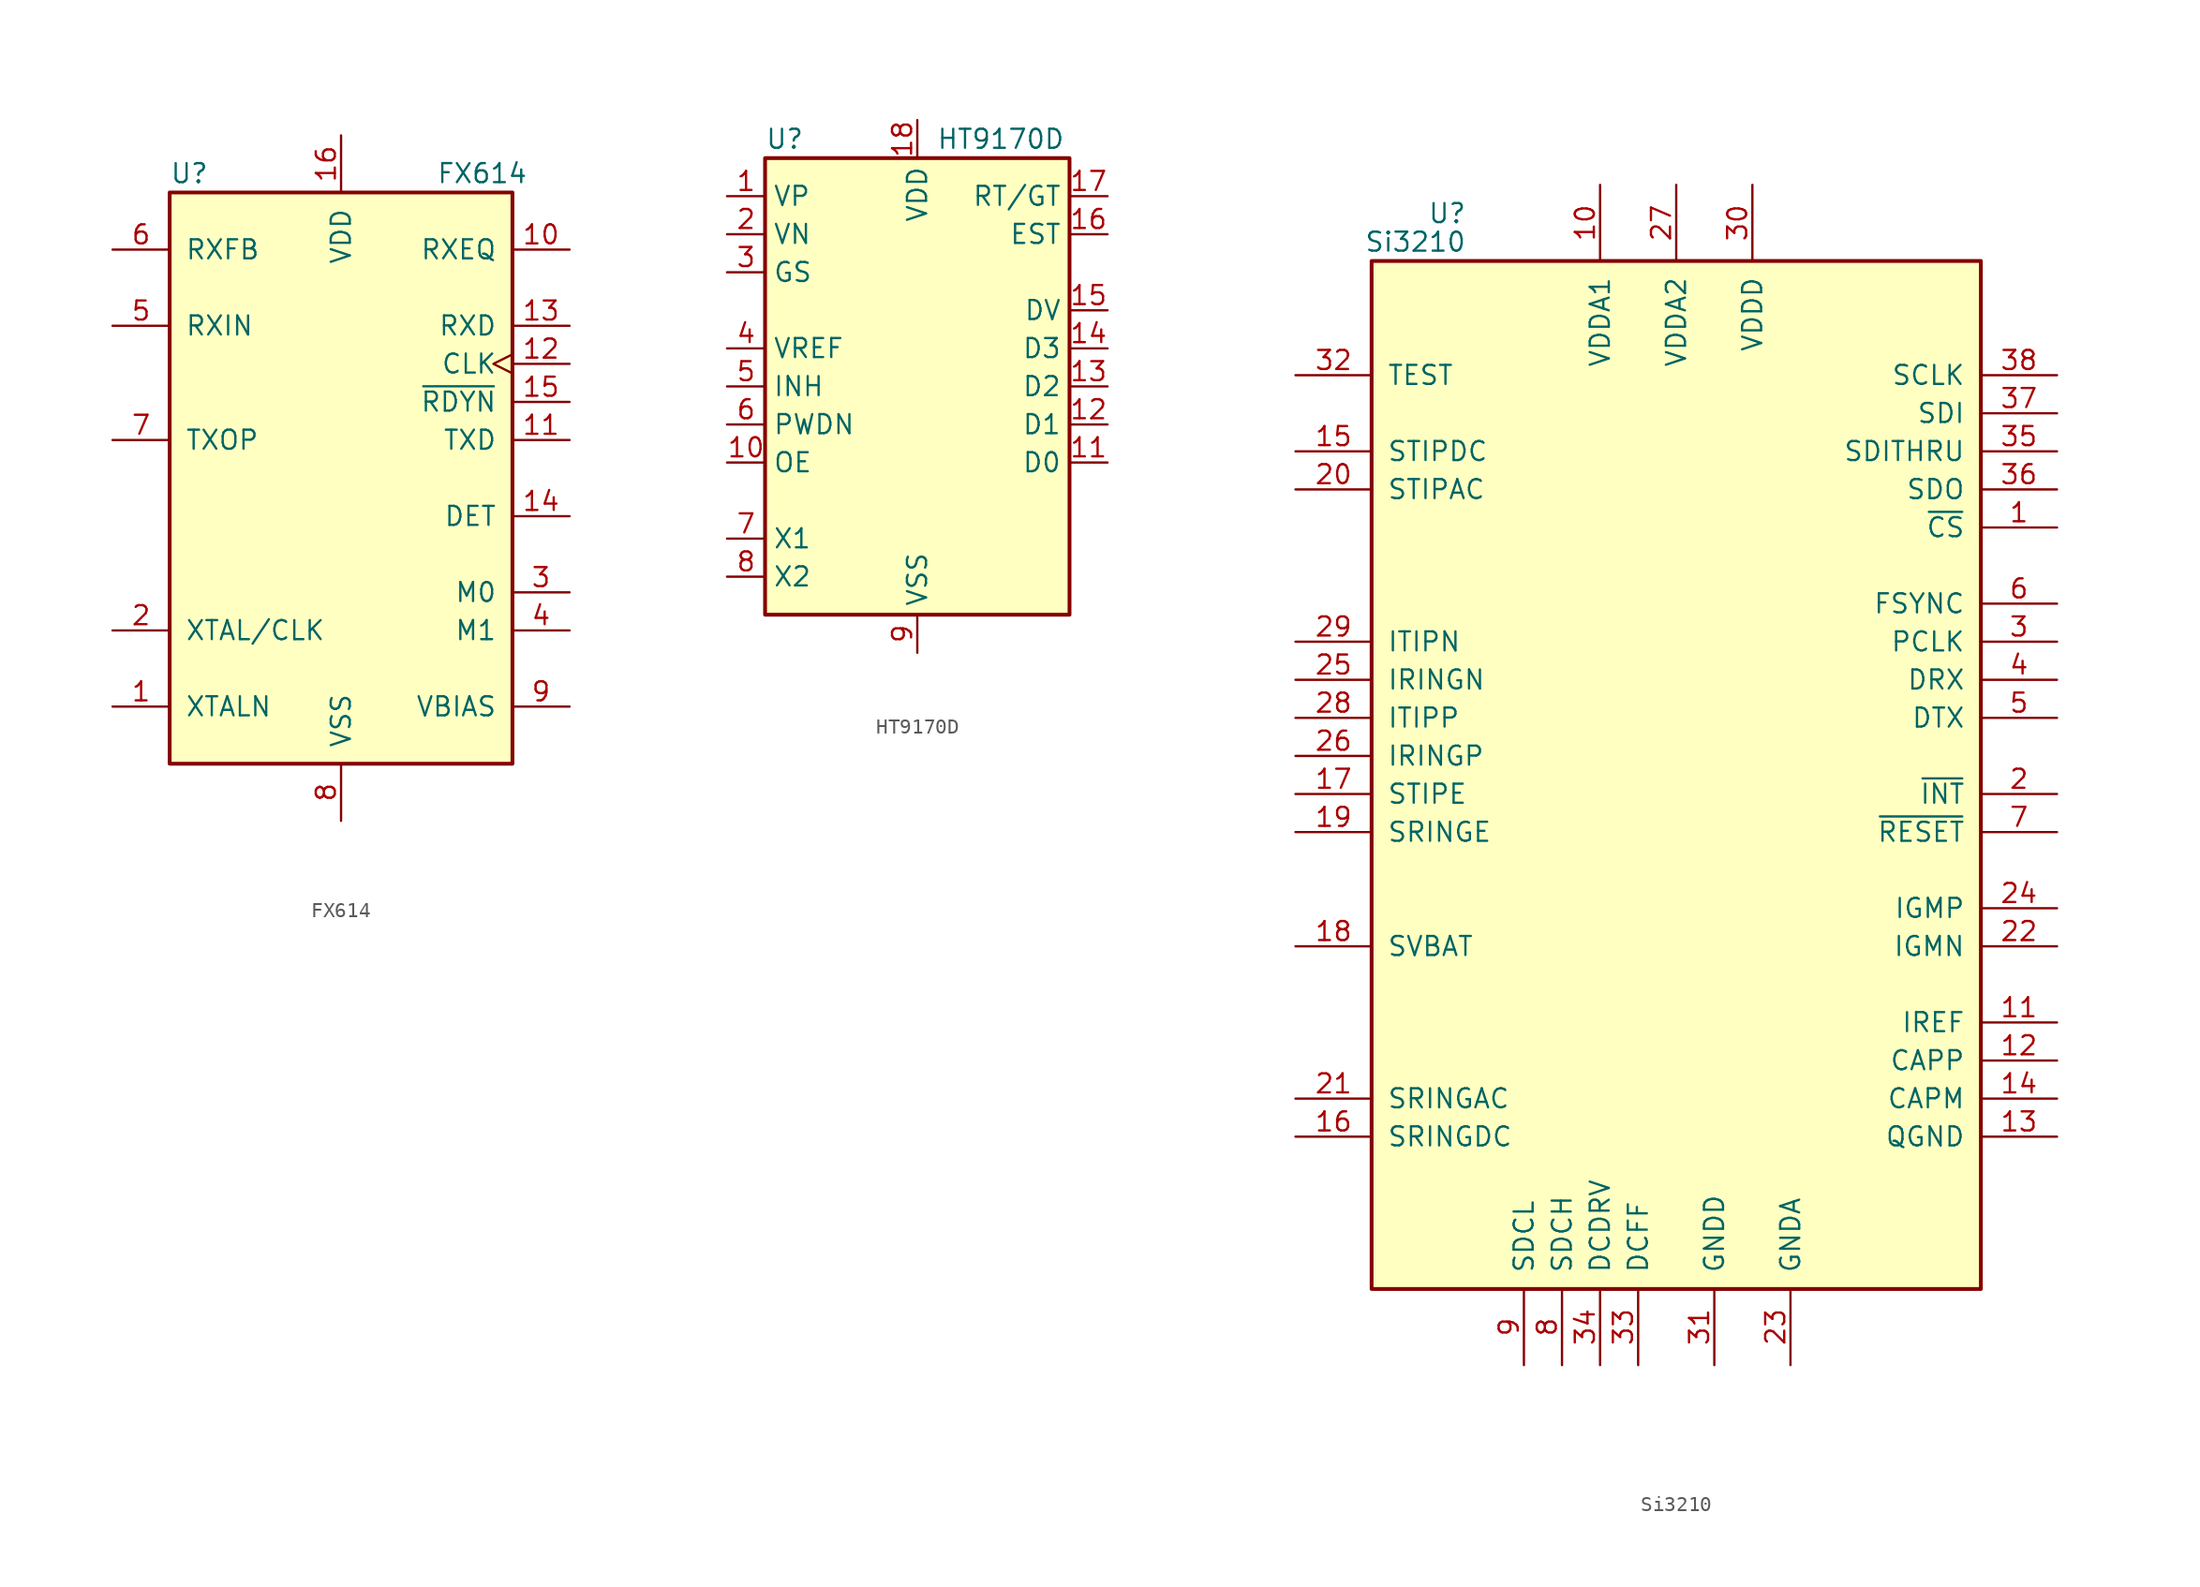
<source format=kicad_sym>
(kicad_symbol_lib
  (version 20201005)
  (generator kicad_symbol_editor)
  (symbol "Interface_Telecom:FX614"
    (pin_names
      (offset 1.016))
    (property "Reference" "U"
      (at -11.43 20.32 0)
      (effects (font (size 1.27 1.27)) (justify left)))
    (property "Value" "FX614"
      (at 6.35 20.32 0)
      (effects (font (size 1.27 1.27)) (justify left)))
    (symbol "FX614_0_1"
      (rectangle (start -11.43 19.05) (end 11.43 -19.05) (stroke (width 0.254)) (fill (type background))))
    (symbol "FX614_1_1"
      (pin output line (at -15.24 -15.24 0) (length 3.81) (name "XTALN" (effects (font (size 1.27 1.27)))) (number "1" (effects (font (size 1.27 1.27)))))
      (pin input line (at 15.24 15.24 180) (length 3.81) (name "RXEQ" (effects (font (size 1.27 1.27)))) (number "10" (effects (font (size 1.27 1.27)))))
      (pin input line (at 15.24 2.54 180) (length 3.81) (name "TXD" (effects (font (size 1.27 1.27)))) (number "11" (effects (font (size 1.27 1.27)))))
      (pin input clock (at 15.24 7.62 180) (length 3.81) (name "CLK" (effects (font (size 1.27 1.27)))) (number "12" (effects (font (size 1.27 1.27)))))
      (pin output line (at 15.24 10.16 180) (length 3.81) (name "RXD" (effects (font (size 1.27 1.27)))) (number "13" (effects (font (size 1.27 1.27)))))
      (pin output line (at 15.24 -2.54 180) (length 3.81) (name "DET" (effects (font (size 1.27 1.27)))) (number "14" (effects (font (size 1.27 1.27)))))
      (pin output line (at 15.24 5.08 180) (length 3.81) (name "~RDYN~" (effects (font (size 1.27 1.27)))) (number "15" (effects (font (size 1.27 1.27)))))
      (pin power_in line (at 0 22.86 270) (length 3.81) (name "VDD" (effects (font (size 1.27 1.27)))) (number "16" (effects (font (size 1.27 1.27)))))
      (pin input line (at -15.24 -10.16 0) (length 3.81) (name "XTAL/CLK" (effects (font (size 1.27 1.27)))) (number "2" (effects (font (size 1.27 1.27)))))
      (pin input line (at 15.24 -7.62 180) (length 3.81) (name "M0" (effects (font (size 1.27 1.27)))) (number "3" (effects (font (size 1.27 1.27)))))
      (pin input line (at 15.24 -10.16 180) (length 3.81) (name "M1" (effects (font (size 1.27 1.27)))) (number "4" (effects (font (size 1.27 1.27)))))
      (pin input line (at -15.24 10.16 0) (length 3.81) (name "RXIN" (effects (font (size 1.27 1.27)))) (number "5" (effects (font (size 1.27 1.27)))))
      (pin output line (at -15.24 15.24 0) (length 3.81) (name "RXFB" (effects (font (size 1.27 1.27)))) (number "6" (effects (font (size 1.27 1.27)))))
      (pin output line (at -15.24 2.54 0) (length 3.81) (name "TXOP" (effects (font (size 1.27 1.27)))) (number "7" (effects (font (size 1.27 1.27)))))
      (pin power_in line (at 0 -22.86 90) (length 3.81) (name "VSS" (effects (font (size 1.27 1.27)))) (number "8" (effects (font (size 1.27 1.27)))))
      (pin passive line (at 15.24 -15.24 180) (length 3.81) (name "VBIAS" (effects (font (size 1.27 1.27)))) (number "9" (effects (font (size 1.27 1.27)))))))
  (symbol "Interface_Telecom:HT9170D"
    (property "Reference" "U"
      (at -10.16 16.51 0)
      (effects (font (size 1.27 1.27)) (justify left)))
    (property "Value" "HT9170D"
      (at 1.27 16.51 0)
      (effects (font (size 1.27 1.27)) (justify left)))
    (symbol "HT9170D_0_1"
      (rectangle (start -10.16 15.24) (end 10.16 -15.24) (stroke (width 0.254)) (fill (type background))))
    (symbol "HT9170D_1_1"
      (pin input line (at -12.7 12.7 0) (length 2.54) (name "VP" (effects (font (size 1.27 1.27)))) (number "1" (effects (font (size 1.27 1.27)))))
      (pin input line (at -12.7 -5.08 0) (length 2.54) (name "OE" (effects (font (size 1.27 1.27)))) (number "10" (effects (font (size 1.27 1.27)))))
      (pin tri_state line (at 12.7 -5.08 180) (length 2.54) (name "D0" (effects (font (size 1.27 1.27)))) (number "11" (effects (font (size 1.27 1.27)))))
      (pin tri_state line (at 12.7 -2.54 180) (length 2.54) (name "D1" (effects (font (size 1.27 1.27)))) (number "12" (effects (font (size 1.27 1.27)))))
      (pin tri_state line (at 12.7 0 180) (length 2.54) (name "D2" (effects (font (size 1.27 1.27)))) (number "13" (effects (font (size 1.27 1.27)))))
      (pin tri_state line (at 12.7 2.54 180) (length 2.54) (name "D3" (effects (font (size 1.27 1.27)))) (number "14" (effects (font (size 1.27 1.27)))))
      (pin output line (at 12.7 5.08 180) (length 2.54) (name "DV" (effects (font (size 1.27 1.27)))) (number "15" (effects (font (size 1.27 1.27)))))
      (pin output line (at 12.7 10.16 180) (length 2.54) (name "EST" (effects (font (size 1.27 1.27)))) (number "16" (effects (font (size 1.27 1.27)))))
      (pin bidirectional line (at 12.7 12.7 180) (length 2.54) (name "RT/GT" (effects (font (size 1.27 1.27)))) (number "17" (effects (font (size 1.27 1.27)))))
      (pin power_in line (at 0 17.78 270) (length 2.54) (name "VDD" (effects (font (size 1.27 1.27)))) (number "18" (effects (font (size 1.27 1.27)))))
      (pin input line (at -12.7 10.16 0) (length 2.54) (name "VN" (effects (font (size 1.27 1.27)))) (number "2" (effects (font (size 1.27 1.27)))))
      (pin output line (at -12.7 7.62 0) (length 2.54) (name "GS" (effects (font (size 1.27 1.27)))) (number "3" (effects (font (size 1.27 1.27)))))
      (pin power_out line (at -12.7 2.54 0) (length 2.54) (name "VREF" (effects (font (size 1.27 1.27)))) (number "4" (effects (font (size 1.27 1.27)))))
      (pin input line (at -12.7 0 0) (length 2.54) (name "INH" (effects (font (size 1.27 1.27)))) (number "5" (effects (font (size 1.27 1.27)))))
      (pin input line (at -12.7 -2.54 0) (length 2.54) (name "PWDN" (effects (font (size 1.27 1.27)))) (number "6" (effects (font (size 1.27 1.27)))))
      (pin input line (at -12.7 -10.16 0) (length 2.54) (name "X1" (effects (font (size 1.27 1.27)))) (number "7" (effects (font (size 1.27 1.27)))))
      (pin output line (at -12.7 -12.7 0) (length 2.54) (name "X2" (effects (font (size 1.27 1.27)))) (number "8" (effects (font (size 1.27 1.27)))))
      (pin power_in line (at 0 -17.78 90) (length 2.54) (name "VSS" (effects (font (size 1.27 1.27)))) (number "9" (effects (font (size 1.27 1.27)))))))
  (symbol "Interface_Telecom:Si3210"
    (pin_names
      (offset 1.016))
    (property "Reference" "U"
      (at -13.97 36.195 0)
      (effects (font (size 1.27 1.27)) (justify right)))
    (property "Value" "Si3210"
      (at -13.97 34.29 0)
      (effects (font (size 1.27 1.27)) (justify right)))
    (symbol "Si3210_0_1"
      (rectangle (start -20.32 33.02) (end 20.32 -35.56) (stroke (width 0.254)) (fill (type background))))
    (symbol "Si3210_1_1"
      (pin input line (at 25.4 15.24 180) (length 5.08) (name "~CS" (effects (font (size 1.27 1.27)))) (number "1" (effects (font (size 1.27 1.27)))))
      (pin power_in line (at -5.08 38.1 270) (length 5.08) (name "VDDA1" (effects (font (size 1.27 1.27)))) (number "10" (effects (font (size 1.27 1.27)))))
      (pin output line (at 25.4 -17.78 180) (length 5.08) (name "IREF" (effects (font (size 1.27 1.27)))) (number "11" (effects (font (size 1.27 1.27)))))
      (pin output line (at 25.4 -20.32 180) (length 5.08) (name "CAPP" (effects (font (size 1.27 1.27)))) (number "12" (effects (font (size 1.27 1.27)))))
      (pin power_in line (at 25.4 -25.4 180) (length 5.08) (name "QGND" (effects (font (size 1.27 1.27)))) (number "13" (effects (font (size 1.27 1.27)))))
      (pin output line (at 25.4 -22.86 180) (length 5.08) (name "CAPM" (effects (font (size 1.27 1.27)))) (number "14" (effects (font (size 1.27 1.27)))))
      (pin input line (at -25.4 20.32 0) (length 5.08) (name "STIPDC" (effects (font (size 1.27 1.27)))) (number "15" (effects (font (size 1.27 1.27)))))
      (pin input line (at -25.4 -25.4 0) (length 5.08) (name "SRINGDC" (effects (font (size 1.27 1.27)))) (number "16" (effects (font (size 1.27 1.27)))))
      (pin input line (at -25.4 -2.54 0) (length 5.08) (name "STIPE" (effects (font (size 1.27 1.27)))) (number "17" (effects (font (size 1.27 1.27)))))
      (pin input line (at -25.4 -12.7 0) (length 5.08) (name "SVBAT" (effects (font (size 1.27 1.27)))) (number "18" (effects (font (size 1.27 1.27)))))
      (pin input line (at -25.4 -5.08 0) (length 5.08) (name "SRINGE" (effects (font (size 1.27 1.27)))) (number "19" (effects (font (size 1.27 1.27)))))
      (pin output line (at 25.4 -2.54 180) (length 5.08) (name "~INT" (effects (font (size 1.27 1.27)))) (number "2" (effects (font (size 1.27 1.27)))))
      (pin input line (at -25.4 17.78 0) (length 5.08) (name "STIPAC" (effects (font (size 1.27 1.27)))) (number "20" (effects (font (size 1.27 1.27)))))
      (pin input line (at -25.4 -22.86 0) (length 5.08) (name "SRINGAC" (effects (font (size 1.27 1.27)))) (number "21" (effects (font (size 1.27 1.27)))))
      (pin output line (at 25.4 -12.7 180) (length 5.08) (name "IGMN" (effects (font (size 1.27 1.27)))) (number "22" (effects (font (size 1.27 1.27)))))
      (pin power_in line (at 7.62 -40.64 90) (length 5.08) (name "GNDA" (effects (font (size 1.27 1.27)))) (number "23" (effects (font (size 1.27 1.27)))))
      (pin output line (at 25.4 -10.16 180) (length 5.08) (name "IGMP" (effects (font (size 1.27 1.27)))) (number "24" (effects (font (size 1.27 1.27)))))
      (pin input line (at -25.4 5.08 0) (length 5.08) (name "IRINGN" (effects (font (size 1.27 1.27)))) (number "25" (effects (font (size 1.27 1.27)))))
      (pin input line (at -25.4 0 0) (length 5.08) (name "IRINGP" (effects (font (size 1.27 1.27)))) (number "26" (effects (font (size 1.27 1.27)))))
      (pin power_in line (at 0 38.1 270) (length 5.08) (name "VDDA2" (effects (font (size 1.27 1.27)))) (number "27" (effects (font (size 1.27 1.27)))))
      (pin input line (at -25.4 2.54 0) (length 5.08) (name "ITIPP" (effects (font (size 1.27 1.27)))) (number "28" (effects (font (size 1.27 1.27)))))
      (pin input line (at -25.4 7.62 0) (length 5.08) (name "ITIPN" (effects (font (size 1.27 1.27)))) (number "29" (effects (font (size 1.27 1.27)))))
      (pin input line (at 25.4 7.62 180) (length 5.08) (name "PCLK" (effects (font (size 1.27 1.27)))) (number "3" (effects (font (size 1.27 1.27)))))
      (pin power_in line (at 5.08 38.1 270) (length 5.08) (name "VDDD" (effects (font (size 1.27 1.27)))) (number "30" (effects (font (size 1.27 1.27)))))
      (pin power_in line (at 2.54 -40.64 90) (length 5.08) (name "GNDD" (effects (font (size 1.27 1.27)))) (number "31" (effects (font (size 1.27 1.27)))))
      (pin input line (at -25.4 25.4 0) (length 5.08) (name "TEST" (effects (font (size 1.27 1.27)))) (number "32" (effects (font (size 1.27 1.27)))))
      (pin output line (at -2.54 -40.64 90) (length 5.08) (name "DCFF" (effects (font (size 1.27 1.27)))) (number "33" (effects (font (size 1.27 1.27)))))
      (pin output line (at -5.08 -40.64 90) (length 5.08) (name "DCDRV" (effects (font (size 1.27 1.27)))) (number "34" (effects (font (size 1.27 1.27)))))
      (pin output line (at 25.4 20.32 180) (length 5.08) (name "SDITHRU" (effects (font (size 1.27 1.27)))) (number "35" (effects (font (size 1.27 1.27)))))
      (pin output line (at 25.4 17.78 180) (length 5.08) (name "SDO" (effects (font (size 1.27 1.27)))) (number "36" (effects (font (size 1.27 1.27)))))
      (pin input line (at 25.4 22.86 180) (length 5.08) (name "SDI" (effects (font (size 1.27 1.27)))) (number "37" (effects (font (size 1.27 1.27)))))
      (pin input line (at 25.4 25.4 180) (length 5.08) (name "SCLK" (effects (font (size 1.27 1.27)))) (number "38" (effects (font (size 1.27 1.27)))))
      (pin input line (at 25.4 5.08 180) (length 5.08) (name "DRX" (effects (font (size 1.27 1.27)))) (number "4" (effects (font (size 1.27 1.27)))))
      (pin output line (at 25.4 2.54 180) (length 5.08) (name "DTX" (effects (font (size 1.27 1.27)))) (number "5" (effects (font (size 1.27 1.27)))))
      (pin input line (at 25.4 10.16 180) (length 5.08) (name "FSYNC" (effects (font (size 1.27 1.27)))) (number "6" (effects (font (size 1.27 1.27)))))
      (pin input line (at 25.4 -5.08 180) (length 5.08) (name "~RESET" (effects (font (size 1.27 1.27)))) (number "7" (effects (font (size 1.27 1.27)))))
      (pin output line (at -7.62 -40.64 90) (length 5.08) (name "SDCH" (effects (font (size 1.27 1.27)))) (number "8" (effects (font (size 1.27 1.27)))))
      (pin output line (at -10.16 -40.64 90) (length 5.08) (name "SDCL" (effects (font (size 1.27 1.27)))) (number "9" (effects (font (size 1.27 1.27))))))))
</source>
